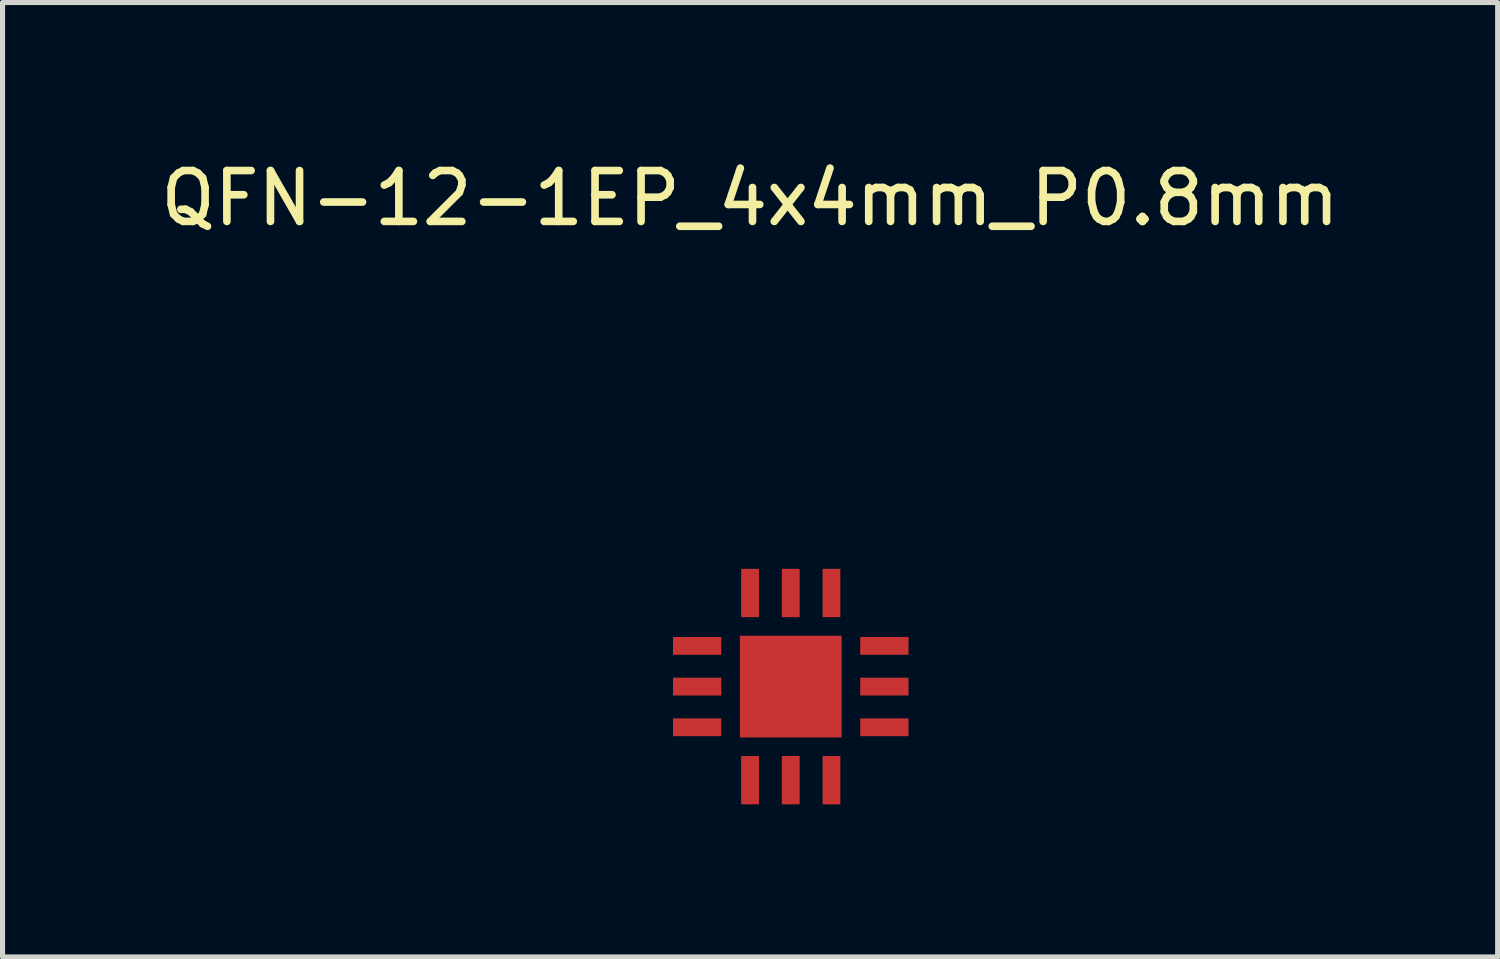
<source format=kicad_pcb>
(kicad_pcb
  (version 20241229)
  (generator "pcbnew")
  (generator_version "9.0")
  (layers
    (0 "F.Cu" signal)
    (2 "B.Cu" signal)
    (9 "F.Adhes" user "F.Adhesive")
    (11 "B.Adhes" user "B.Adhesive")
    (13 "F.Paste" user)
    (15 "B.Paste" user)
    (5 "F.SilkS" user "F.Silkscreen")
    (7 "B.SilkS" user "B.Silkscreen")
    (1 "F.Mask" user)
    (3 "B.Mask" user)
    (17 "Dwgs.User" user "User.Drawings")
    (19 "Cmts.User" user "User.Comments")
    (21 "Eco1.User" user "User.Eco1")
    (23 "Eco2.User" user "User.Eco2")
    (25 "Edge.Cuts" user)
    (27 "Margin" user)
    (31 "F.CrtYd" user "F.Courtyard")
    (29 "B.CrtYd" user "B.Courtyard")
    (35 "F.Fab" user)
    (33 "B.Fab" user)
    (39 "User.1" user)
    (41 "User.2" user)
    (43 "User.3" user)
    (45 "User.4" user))
  (footprint "QFN-12-1EP_4x4mm_P0.8mm"
    (layer "F.Cu")
    (at 12.496 10.448)
    (property "Reference" "QFN-12-1EP_4x4mm_P0.8mm" (at -0.8 -9.6 0) (layer "F.SilkS") (effects (font (size 1 1) (thickness 0.15))))
    (attr through_hole)
    (pad "" smd rect (at 0 0) (size 2 2) (layers "F.Cu" "F.Mask" "F.Paste"))
    (pad "1" smd rect (at -1.84 -0.8) (size 0.95 0.35) (layers "F.Cu" "F.Mask" "F.Paste"))
    (pad "2" smd rect (at -1.84 0) (size 0.95 0.35) (layers "F.Cu" "F.Mask" "F.Paste"))
    (pad "3" smd rect (at -1.84 0.8) (size 0.95 0.35) (layers "F.Cu" "F.Mask" "F.Paste"))
    (pad "4" smd rect (at -0.8 1.84 90) (size 0.95 0.35) (layers "F.Cu" "F.Mask" "F.Paste"))
    (pad "5" smd rect (at 0 1.84 90) (size 0.95 0.35) (layers "F.Cu" "F.Mask" "F.Paste"))
    (pad "6" smd rect (at 0.8 1.84 90) (size 0.95 0.35) (layers "F.Cu" "F.Mask" "F.Paste"))
    (pad "7" smd rect (at 1.84 0.8) (size 0.95 0.35) (layers "F.Cu" "F.Mask" "F.Paste"))
    (pad "8" smd rect (at 1.84 0) (size 0.95 0.35) (layers "F.Cu" "F.Mask" "F.Paste"))
    (pad "9" smd rect (at 1.84 -0.8) (size 0.95 0.35) (layers "F.Cu" "F.Mask" "F.Paste"))
    (pad "10" smd rect (at 0.8 -1.84 90) (size 0.95 0.35) (layers "F.Cu" "F.Mask" "F.Paste"))
    (pad "11" smd rect (at 0 -1.84 90) (size 0.95 0.35) (layers "F.Cu" "F.Mask" "F.Paste"))
    (pad "12" smd rect (at -0.8 -1.84 90) (size 0.95 0.35) (layers "F.Cu" "F.Mask" "F.Paste")))
  (gr_rect
    (start -3 -3)
    (end 26.393 15.763)
    (stroke (width 0.1) (type default))
    (fill no)
    (layer "Edge.Cuts")))
</source>
